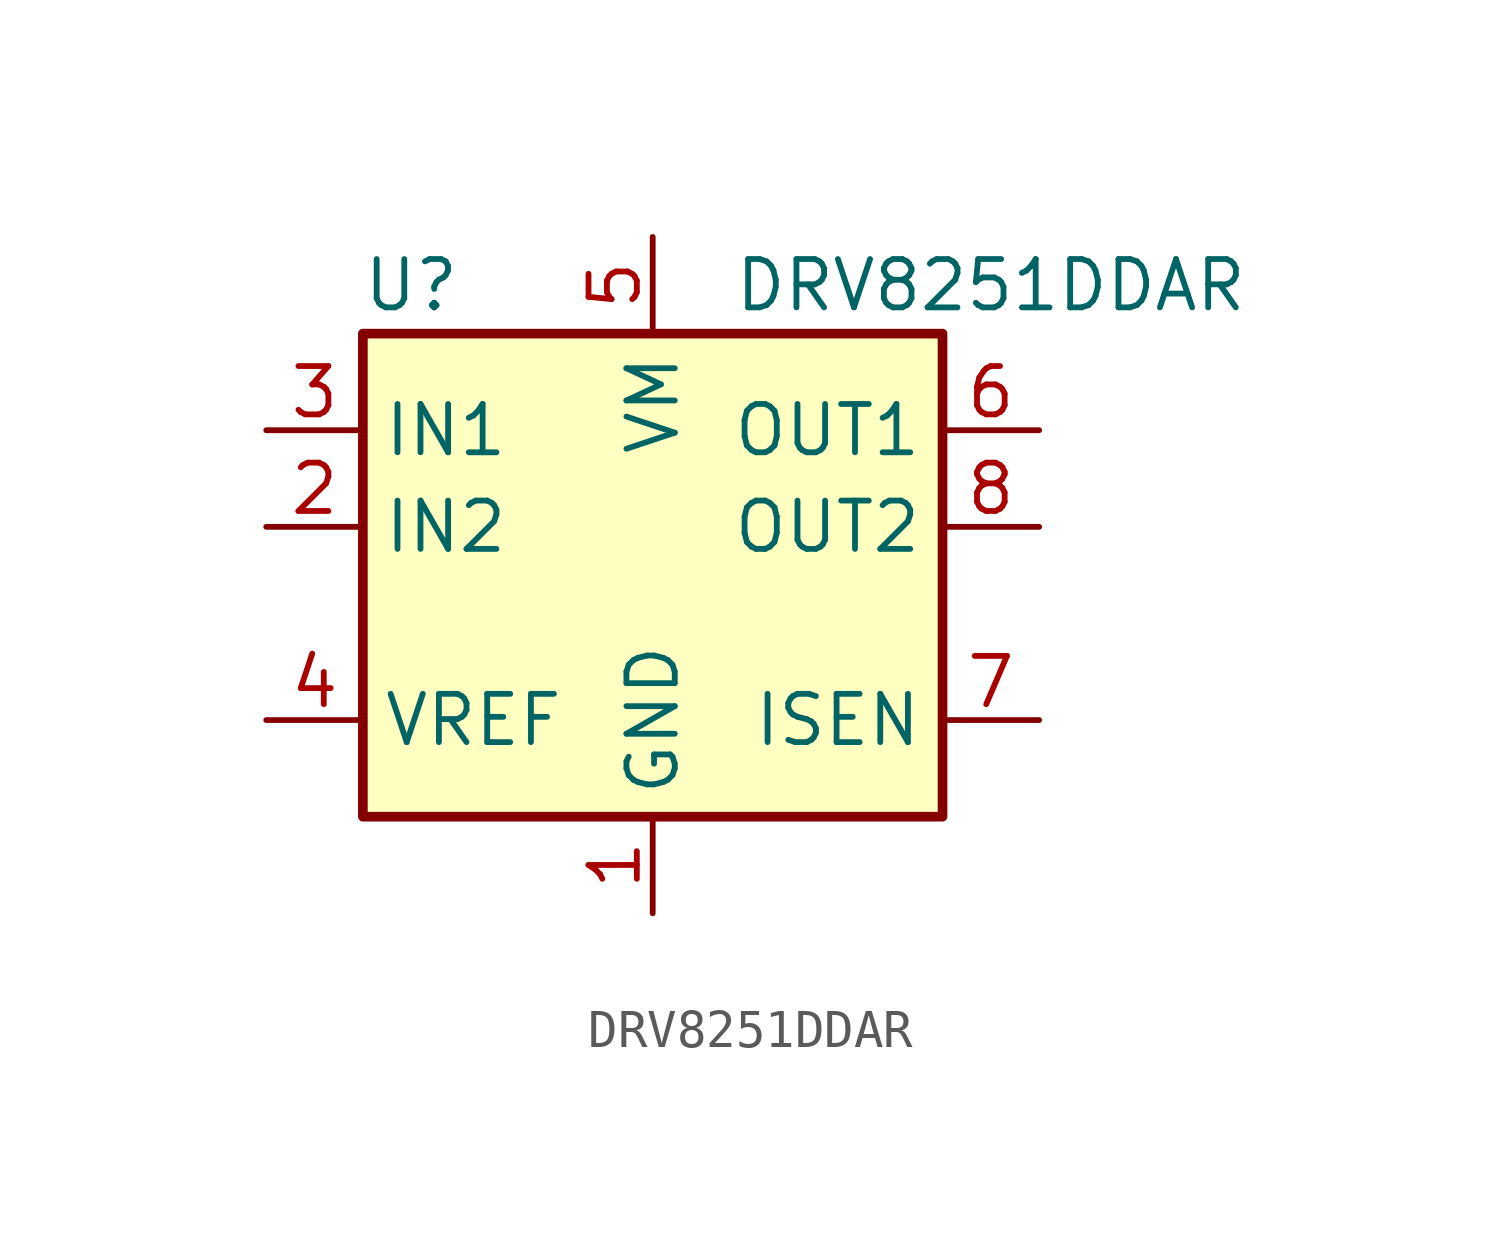
<source format=kicad_sym>
(kicad_symbol_lib
  (version 20231120)
  (generator "kicad_symbol_editor")
  (generator_version "8.0")
  (symbol "DRV8251DDAR"
    (property "Reference" "U"
      (at -6.35 6.35 0)
      (effects (font (size 1.27 1.27))))
    (property "Value" "DRV8251DDAR"
      (at 8.89 6.35 0)
      (effects (font (size 1.27 1.27))))
    (symbol "DRV8251DDAR_0_1"
      (rectangle (start -7.62 5.08) (end 7.62 -7.62) (stroke (width 0.254) (type default)) (fill (type background))))
    (symbol "DRV8251DDAR_1_1"
      (pin power_in line (at 0 -10.16 90) (length 2.54) (name "GND" (effects (font (size 1.27 1.27)))) (number "1" (effects (font (size 1.27 1.27)))))
      (pin input line (at -10.16 0 0) (length 2.54) (name "IN2" (effects (font (size 1.27 1.27)))) (number "2" (effects (font (size 1.27 1.27)))))
      (pin input line (at -10.16 2.54 0) (length 2.54) (name "IN1" (effects (font (size 1.27 1.27)))) (number "3" (effects (font (size 1.27 1.27)))))
      (pin input line (at -10.16 -5.08 0) (length 2.54) (name "VREF" (effects (font (size 1.27 1.27)))) (number "4" (effects (font (size 1.27 1.27)))))
      (pin power_in line (at 0 7.62 270) (length 2.54) (name "VM" (effects (font (size 1.27 1.27)))) (number "5" (effects (font (size 1.27 1.27)))))
      (pin output line (at 10.16 2.54 180) (length 2.54) (name "OUT1" (effects (font (size 1.27 1.27)))) (number "6" (effects (font (size 1.27 1.27)))))
      (pin passive line (at 10.16 -5.08 180) (length 2.54) (name "ISEN" (effects (font (size 1.27 1.27)))) (number "7" (effects (font (size 1.27 1.27)))))
      (pin output line (at 10.16 0 180) (length 2.54) (name "OUT2" (effects (font (size 1.27 1.27)))) (number "8" (effects (font (size 1.27 1.27)))))
      (pin passive line (at 0 -10.16 90) (length 2.54) hide (name "GND" (effects (font (size 1.27 1.27)))) (number "9" (effects (font (size 1.27 1.27))))))))
</source>
